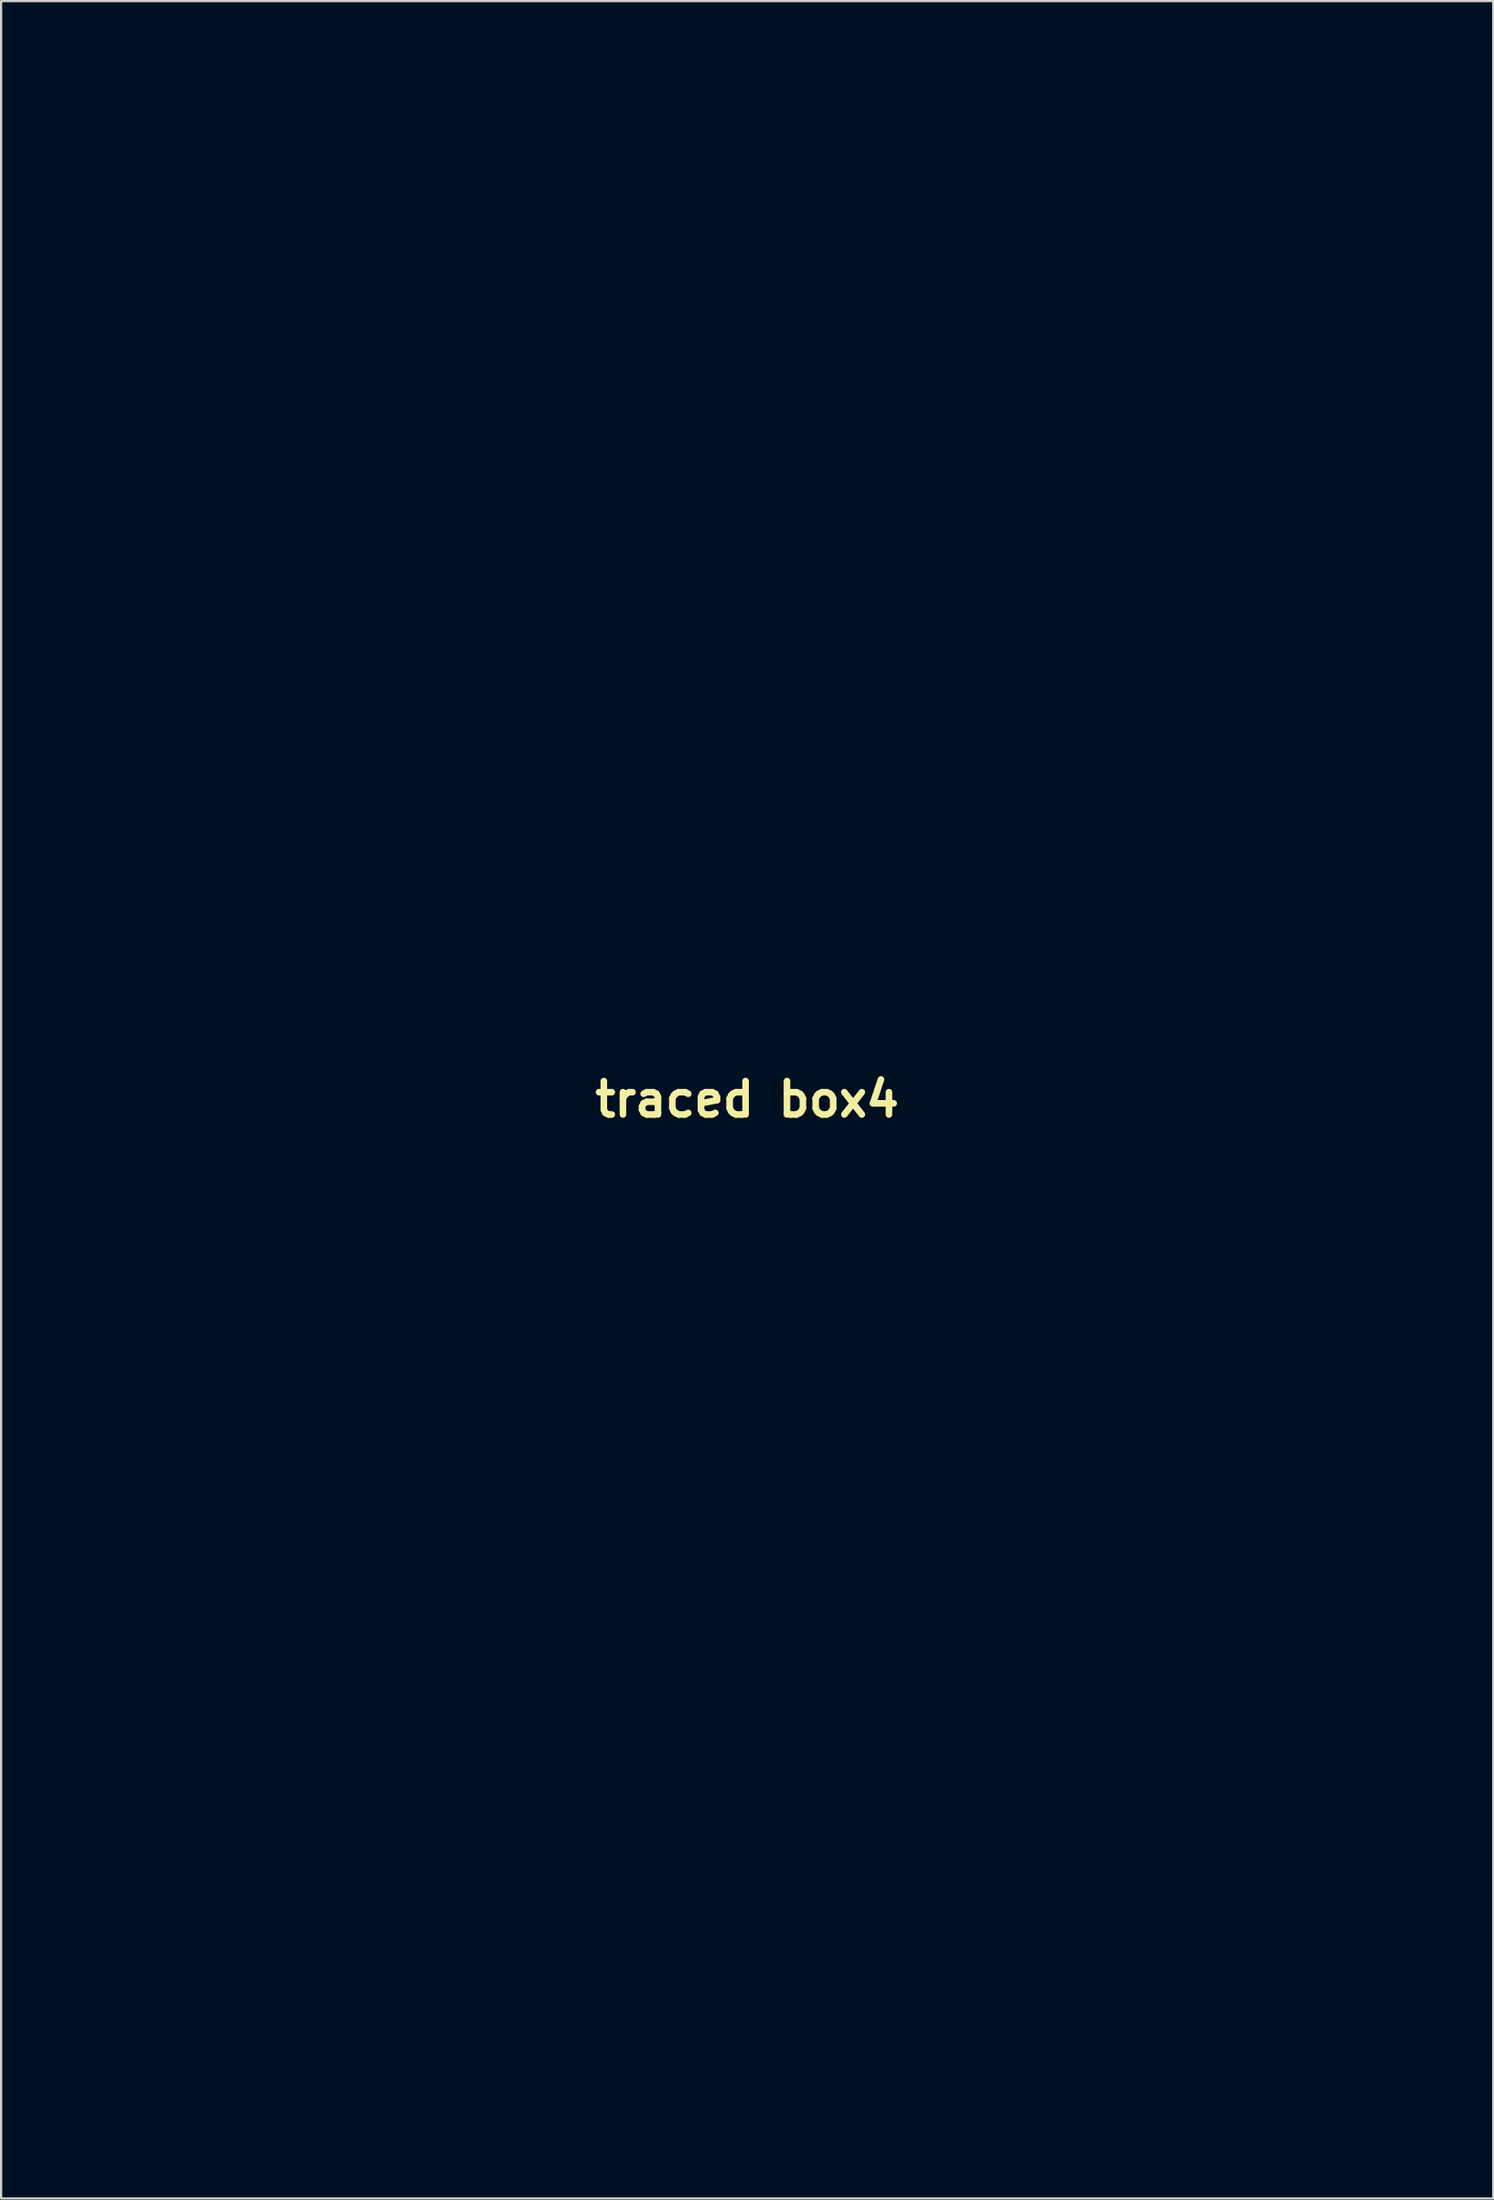
<source format=kicad_pcb>
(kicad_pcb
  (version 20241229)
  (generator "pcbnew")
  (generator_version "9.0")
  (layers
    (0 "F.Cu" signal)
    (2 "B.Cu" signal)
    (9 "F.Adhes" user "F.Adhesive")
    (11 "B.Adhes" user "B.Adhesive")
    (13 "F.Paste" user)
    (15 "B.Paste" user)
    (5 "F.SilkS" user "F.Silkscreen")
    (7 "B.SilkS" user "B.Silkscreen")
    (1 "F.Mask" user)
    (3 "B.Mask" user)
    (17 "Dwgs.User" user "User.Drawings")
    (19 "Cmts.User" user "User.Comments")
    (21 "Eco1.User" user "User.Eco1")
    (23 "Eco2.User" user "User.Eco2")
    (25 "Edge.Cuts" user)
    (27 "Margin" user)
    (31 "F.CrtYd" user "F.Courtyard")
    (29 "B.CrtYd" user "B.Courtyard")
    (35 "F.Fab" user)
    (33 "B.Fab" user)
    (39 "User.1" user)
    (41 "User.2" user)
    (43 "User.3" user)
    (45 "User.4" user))
  (footprint "traced box4"
    (layer "F.Cu")
    (at 30.994 47.037)
    (property "Reference" "traced box4" (at 0 0 0) (layer "F.SilkS") (effects (font (size 1.524 1.524) (thickness 0.3))))
    (attr through_hole)
    (fp_poly (pts (xy -22.13 -23.842) (xy -21.731 -23.606) (xy -21.491 -23.349) (xy -21.347 -23.027) (xy -21.282 -22.619) (xy -21.295 -22.191) (xy -21.388 -21.806) (xy -21.491 -21.609) (xy -21.822 -21.283) (xy -22.238 -21.077) (xy -22.699 -21.001) (xy -23.165 -21.061) (xy -23.509 -21.21) (xy -23.86 -21.51) (xy -24.088 -21.891) (xy -24.194 -22.318) (xy -24.182 -22.641) (xy -23.767 -22.641) (xy -23.765 -22.292) (xy -23.644 -21.978) (xy -23.43 -21.718) (xy -23.148 -21.532) (xy -22.823 -21.439) (xy -22.481 -21.458) (xy -22.147 -21.611) (xy -21.994 -21.74) (xy -21.794 -22.04) (xy -21.696 -22.402) (xy -21.713 -22.761) (xy -21.778 -22.942) (xy -21.972 -23.182) (xy -22.254 -23.387) (xy -22.555 -23.515) (xy -22.707 -23.537) (xy -23.084 -23.459) (xy -23.423 -23.246) (xy -23.625 -23.004) (xy -23.767 -22.641) (xy -24.182 -22.641) (xy -24.177 -22.758) (xy -24.038 -23.176) (xy -23.777 -23.537) (xy -23.501 -23.75) (xy -23.054 -23.922) (xy -22.584 -23.951) (xy -22.13 -23.842)) (stroke (width 0.01) (type solid)) (fill no) (layer "Eco1.User"))
    (fp_poly (pts (xy -19.643 -36.421) (xy -19.254 -36.22) (xy -18.979 -35.898) (xy -18.825 -35.464) (xy -18.796 -35.128) (xy -18.866 -34.638) (xy -19.074 -34.243) (xy -19.42 -33.946) (xy -19.432 -33.939) (xy -19.817 -33.791) (xy -20.248 -33.741) (xy -20.64 -33.8) (xy -20.996 -34.002) (xy -21.281 -34.322) (xy -21.472 -34.716) (xy -21.543 -35.125) (xy -21.112 -35.125) (xy -21.098 -34.9) (xy -20.994 -34.679) (xy -20.796 -34.446) (xy -20.562 -34.259) (xy -20.383 -34.18) (xy -20.224 -34.147) (xy -20.169 -34.132) (xy -20.084 -34.154) (xy -19.904 -34.222) (xy -19.866 -34.237) (xy -19.518 -34.462) (xy -19.296 -34.78) (xy -19.219 -35.157) (xy -19.297 -35.508) (xy -19.505 -35.802) (xy -19.806 -36.001) (xy -20.136 -36.068) (xy -20.501 -35.991) (xy -20.805 -35.784) (xy -21.019 -35.483) (xy -21.112 -35.125) (xy -21.543 -35.125) (xy -21.546 -35.141) (xy -21.508 -35.464) (xy -21.314 -35.919) (xy -21.013 -36.242) (xy -20.606 -36.433) (xy -20.134 -36.491) (xy -19.643 -36.421)) (stroke (width 0.01) (type solid)) (fill no) (layer "Eco1.User"))
    (fp_poly (pts (xy 20.662 33.521) (xy 21.075 33.705) (xy 21.313 33.892) (xy 21.599 34.268) (xy 21.734 34.696) (xy 21.718 35.141) (xy 21.547 35.571) (xy 21.459 35.699) (xy 21.124 36.007) (xy 20.708 36.191) (xy 20.248 36.243) (xy 19.786 36.157) (xy 19.505 36.026) (xy 19.16 35.733) (xy 18.954 35.344) (xy 18.881 34.857) (xy 19.304 34.857) (xy 19.356 35.214) (xy 19.532 35.482) (xy 19.754 35.649) (xy 20.142 35.8) (xy 20.525 35.786) (xy 20.882 35.609) (xy 20.943 35.559) (xy 21.204 35.258) (xy 21.303 34.942) (xy 21.25 34.583) (xy 21.249 34.579) (xy 21.062 34.258) (xy 20.769 34.032) (xy 20.417 33.922) (xy 20.05 33.949) (xy 19.954 33.982) (xy 19.622 34.195) (xy 19.395 34.492) (xy 19.304 34.832) (xy 19.304 34.857) (xy 18.881 34.857) (xy 18.881 34.855) (xy 18.881 34.828) (xy 18.954 34.376) (xy 19.154 34.004) (xy 19.453 33.722) (xy 19.823 33.54) (xy 20.235 33.469) (xy 20.662 33.521)) (stroke (width 0.01) (type solid)) (fill no) (layer "Eco1.User"))
    (fp_poly (pts (xy 23.387 -23.935) (xy 23.813 -23.799) (xy 24.17 -23.534) (xy 24.435 -23.174) (xy 24.588 -22.754) (xy 24.607 -22.306) (xy 24.562 -22.094) (xy 24.376 -21.696) (xy 24.095 -21.355) (xy 23.762 -21.125) (xy 23.735 -21.113) (xy 23.387 -21.026) (xy 22.984 -21.009) (xy 22.615 -21.061) (xy 22.521 -21.092) (xy 22.135 -21.333) (xy 21.849 -21.692) (xy 21.684 -22.14) (xy 21.65 -22.479) (xy 21.653 -22.498) (xy 22.079 -22.498) (xy 22.151 -22.126) (xy 22.385 -21.777) (xy 22.482 -21.683) (xy 22.832 -21.473) (xy 23.204 -21.422) (xy 23.57 -21.532) (xy 23.648 -21.578) (xy 23.966 -21.863) (xy 24.131 -22.203) (xy 24.161 -22.436) (xy 24.1 -22.832) (xy 23.919 -23.152) (xy 23.648 -23.382) (xy 23.32 -23.507) (xy 22.968 -23.511) (xy 22.623 -23.382) (xy 22.423 -23.224) (xy 22.17 -22.871) (xy 22.079 -22.498) (xy 21.653 -22.498) (xy 21.723 -22.984) (xy 21.93 -23.399) (xy 22.253 -23.708) (xy 22.675 -23.898) (xy 23.178 -23.953) (xy 23.387 -23.935)) (stroke (width 0.01) (type solid)) (fill no) (layer "Eco1.User"))
    (fp_poly (pts (xy -22.333 21.08) (xy -21.94 21.301) (xy -21.656 21.597) (xy -21.462 21.99) (xy -21.392 22.444) (xy -21.443 22.903) (xy -21.618 23.311) (xy -21.653 23.361) (xy -21.957 23.648) (xy -22.361 23.845) (xy -22.811 23.939) (xy -23.256 23.917) (xy -23.499 23.842) (xy -23.859 23.599) (xy -24.138 23.242) (xy -24.313 22.815) (xy -24.36 22.37) (xy -23.932 22.37) (xy -23.932 22.549) (xy -23.86 22.765) (xy -23.816 22.867) (xy -23.583 23.222) (xy -23.272 23.444) (xy -22.915 23.525) (xy -22.539 23.453) (xy -22.378 23.372) (xy -22.049 23.094) (xy -21.863 22.757) (xy -21.826 22.534) (xy -21.883 22.134) (xy -22.057 21.819) (xy -22.318 21.594) (xy -22.634 21.465) (xy -22.973 21.438) (xy -23.305 21.518) (xy -23.597 21.713) (xy -23.819 22.028) (xy -23.867 22.146) (xy -23.932 22.37) (xy -24.36 22.37) (xy -24.361 22.366) (xy -24.347 22.237) (xy -24.2 21.784) (xy -23.938 21.425) (xy -23.591 21.168) (xy -23.188 21.02) (xy -22.759 20.988) (xy -22.333 21.08)) (stroke (width 0.01) (type solid)) (fill no) (layer "Eco1.User"))
    (fp_poly (pts (xy -19.653 33.561) (xy -19.258 33.77) (xy -18.948 34.093) (xy -18.869 34.229) (xy -18.725 34.68) (xy -18.742 35.13) (xy -18.91 35.552) (xy -19.223 35.92) (xy -19.388 36.047) (xy -19.742 36.198) (xy -20.163 36.247) (xy -20.583 36.192) (xy -20.919 36.045) (xy -21.28 35.715) (xy -21.505 35.324) (xy -21.582 34.957) (xy -21.157 34.957) (xy -21.06 35.276) (xy -20.851 35.546) (xy -20.548 35.734) (xy -20.167 35.807) (xy -20.151 35.808) (xy -19.886 35.776) (xy -19.661 35.701) (xy -19.659 35.699) (xy -19.427 35.504) (xy -19.239 35.23) (xy -19.141 34.949) (xy -19.136 34.883) (xy -19.209 34.575) (xy -19.401 34.275) (xy -19.671 34.041) (xy -19.789 33.98) (xy -20.171 33.906) (xy -20.545 33.99) (xy -20.879 34.222) (xy -20.949 34.298) (xy -21.126 34.62) (xy -21.157 34.957) (xy -21.582 34.957) (xy -21.593 34.902) (xy -21.545 34.48) (xy -21.36 34.088) (xy -21.036 33.758) (xy -20.971 33.712) (xy -20.547 33.523) (xy -20.095 33.475) (xy -19.653 33.561)) (stroke (width 0.01) (type solid)) (fill no) (layer "Eco1.User"))
    (fp_poly (pts (xy 0.491 38.428) (xy 0.884 38.632) (xy 1.189 38.937) (xy 1.395 39.315) (xy 1.488 39.736) (xy 1.455 40.173) (xy 1.284 40.597) (xy 1.142 40.795) (xy 0.788 41.092) (xy 0.352 41.268) (xy -0.12 41.316) (xy -0.581 41.222) (xy -0.639 41.198) (xy -1.005 40.952) (xy -1.281 40.594) (xy -1.448 40.164) (xy -1.486 39.706) (xy -1.475 39.639) (xy -1.045 39.639) (xy -1.044 39.951) (xy -0.92 40.284) (xy -0.702 40.584) (xy -0.422 40.798) (xy -0.381 40.818) (xy -0.071 40.873) (xy 0.278 40.817) (xy 0.594 40.665) (xy 0.685 40.59) (xy 0.95 40.258) (xy 1.051 39.916) (xy 0.992 39.543) (xy 0.944 39.422) (xy 0.716 39.078) (xy 0.415 38.864) (xy 0.075 38.776) (xy -0.274 38.809) (xy -0.596 38.96) (xy -0.861 39.227) (xy -1.036 39.604) (xy -1.045 39.639) (xy -1.475 39.639) (xy -1.445 39.455) (xy -1.246 38.995) (xy -0.928 38.651) (xy -0.507 38.433) (xy 0.002 38.354) (xy 0.026 38.354) (xy 0.491 38.428)) (stroke (width 0.01) (type solid)) (fill no) (layer "Eco1.User"))
    (fp_poly (pts (xy 20.634 -36.343) (xy 21.038 -36.188) (xy 21.38 -35.913) (xy 21.595 -35.593) (xy 21.726 -35.146) (xy 21.707 -34.699) (xy 21.55 -34.287) (xy 21.266 -33.945) (xy 20.968 -33.752) (xy 20.569 -33.637) (xy 20.126 -33.625) (xy 19.714 -33.716) (xy 19.558 -33.79) (xy 19.223 -34.04) (xy 19.017 -34.342) (xy 18.914 -34.738) (xy 18.906 -34.832) (xy 19.312 -34.832) (xy 19.438 -34.503) (xy 19.443 -34.495) (xy 19.722 -34.217) (xy 20.101 -34.064) (xy 20.342 -34.039) (xy 20.603 -34.074) (xy 20.838 -34.207) (xy 20.959 -34.311) (xy 21.206 -34.635) (xy 21.3 -34.984) (xy 21.246 -35.325) (xy 21.05 -35.626) (xy 20.718 -35.854) (xy 20.682 -35.87) (xy 20.323 -35.944) (xy 19.983 -35.883) (xy 19.688 -35.715) (xy 19.461 -35.465) (xy 19.328 -35.162) (xy 19.312 -34.832) (xy 18.906 -34.832) (xy 18.897 -34.923) (xy 18.891 -35.244) (xy 18.929 -35.47) (xy 19.028 -35.672) (xy 19.064 -35.729) (xy 19.383 -36.071) (xy 19.773 -36.286) (xy 20.201 -36.376) (xy 20.634 -36.343)) (stroke (width 0.01) (type solid)) (fill no) (layer "Eco1.User"))
    (fp_poly (pts (xy 23.362 21.073) (xy 23.782 21.29) (xy 24.102 21.634) (xy 24.303 22.092) (xy 24.305 22.098) (xy 24.353 22.571) (xy 24.258 23.004) (xy 24.043 23.378) (xy 23.735 23.675) (xy 23.357 23.875) (xy 22.933 23.96) (xy 22.488 23.911) (xy 22.143 23.767) (xy 21.756 23.461) (xy 21.5 23.073) (xy 21.379 22.634) (xy 21.383 22.534) (xy 21.797 22.534) (xy 21.841 22.722) (xy 21.984 22.993) (xy 22.208 23.258) (xy 22.454 23.449) (xy 22.521 23.482) (xy 22.785 23.517) (xy 23.103 23.469) (xy 23.395 23.354) (xy 23.514 23.269) (xy 23.776 22.933) (xy 23.898 22.563) (xy 23.881 22.194) (xy 23.729 21.859) (xy 23.445 21.592) (xy 23.36 21.543) (xy 22.962 21.422) (xy 22.577 21.458) (xy 22.237 21.638) (xy 21.973 21.952) (xy 21.916 22.065) (xy 21.816 22.332) (xy 21.797 22.534) (xy 21.383 22.534) (xy 21.4 22.178) (xy 21.568 21.736) (xy 21.729 21.506) (xy 22.063 21.202) (xy 22.449 21.039) (xy 22.86 20.997) (xy 23.362 21.073)) (stroke (width 0.01) (type solid)) (fill no) (layer "Eco1.User"))
    (fp_poly (pts (xy 0.522 -41.634) (xy 0.83 -41.537) (xy 1.218 -41.247) (xy 1.487 -40.867) (xy 1.632 -40.43) (xy 1.643 -39.97) (xy 1.513 -39.523) (xy 1.34 -39.243) (xy 1.066 -39.001) (xy 0.698 -38.81) (xy 0.31 -38.706) (xy 0.169 -38.696) (xy -0.101 -38.733) (xy -0.403 -38.824) (xy -0.472 -38.853) (xy -0.87 -39.115) (xy -1.144 -39.464) (xy -1.292 -39.87) (xy -1.313 -40.303) (xy -1.296 -40.371) (xy -0.876 -40.371) (xy -0.874 -40.059) (xy -0.75 -39.726) (xy -0.533 -39.426) (xy -0.253 -39.212) (xy -0.212 -39.192) (xy 0.078 -39.14) (xy 0.416 -39.183) (xy 0.72 -39.307) (xy 0.824 -39.384) (xy 1.061 -39.679) (xy 1.202 -40.011) (xy 1.224 -40.324) (xy 1.216 -40.366) (xy 1.049 -40.755) (xy 0.791 -41.03) (xy 0.472 -41.189) (xy 0.126 -41.233) (xy -0.216 -41.162) (xy -0.522 -40.975) (xy -0.761 -40.673) (xy -0.876 -40.371) (xy -1.296 -40.371) (xy -1.206 -40.732) (xy -0.968 -41.129) (xy -0.599 -41.463) (xy -0.278 -41.599) (xy 0.12 -41.657) (xy 0.522 -41.634)) (stroke (width 0.01) (type solid)) (fill no) (layer "Eco1.User"))
    (fp_poly (pts (xy 20.597 -37.722) (xy 21.107 -37.646) (xy 21.436 -37.536) (xy 22 -37.189) (xy 22.452 -36.735) (xy 22.784 -36.2) (xy 22.991 -35.608) (xy 23.065 -34.985) (xy 22.999 -34.356) (xy 22.786 -33.747) (xy 22.579 -33.392) (xy 22.147 -32.909) (xy 21.612 -32.544) (xy 21.005 -32.309) (xy 20.356 -32.217) (xy 19.806 -32.257) (xy 19.191 -32.447) (xy 18.629 -32.779) (xy 18.151 -33.231) (xy 17.788 -33.777) (xy 17.75 -33.856) (xy 17.617 -34.289) (xy 17.559 -34.811) (xy 17.562 -34.916) (xy 17.975 -34.916) (xy 18.059 -34.382) (xy 18.262 -33.89) (xy 18.568 -33.456) (xy 18.96 -33.099) (xy 19.422 -32.837) (xy 19.937 -32.685) (xy 20.488 -32.664) (xy 21.06 -32.789) (xy 21.209 -32.848) (xy 21.735 -33.157) (xy 22.144 -33.567) (xy 22.431 -34.053) (xy 22.592 -34.587) (xy 22.621 -35.144) (xy 22.513 -35.698) (xy 22.262 -36.223) (xy 21.944 -36.618) (xy 21.544 -36.964) (xy 21.143 -37.175) (xy 20.684 -37.276) (xy 20.32 -37.294) (xy 19.678 -37.225) (xy 19.129 -37.014) (xy 18.669 -36.66) (xy 18.299 -36.163) (xy 18.23 -36.035) (xy 18.027 -35.473) (xy 17.975 -34.916) (xy 17.562 -34.916) (xy 17.573 -35.357) (xy 17.66 -35.863) (xy 17.78 -36.195) (xy 18.126 -36.726) (xy 18.59 -37.185) (xy 19.092 -37.508) (xy 19.526 -37.652) (xy 20.048 -37.724) (xy 20.597 -37.722)) (stroke (width 0.01) (type solid)) (fill no) (layer "Eco1.User"))
    (fp_poly (pts (xy -19.543 -37.838) (xy -18.972 -37.64) (xy -18.464 -37.325) (xy -18.036 -36.91) (xy -17.704 -36.411) (xy -17.484 -35.847) (xy -17.392 -35.234) (xy -17.444 -34.59) (xy -17.515 -34.308) (xy -17.787 -33.683) (xy -18.184 -33.164) (xy -18.689 -32.765) (xy -19.286 -32.498) (xy -19.956 -32.375) (xy -20.009 -32.372) (xy -20.418 -32.374) (xy -20.783 -32.414) (xy -20.955 -32.456) (xy -21.413 -32.637) (xy -21.775 -32.858) (xy -22.113 -33.167) (xy -22.173 -33.231) (xy -22.525 -33.668) (xy -22.749 -34.096) (xy -22.867 -34.571) (xy -22.894 -35.057) (xy -22.512 -35.057) (xy -22.455 -34.705) (xy -22.397 -34.495) (xy -22.148 -33.928) (xy -21.781 -33.463) (xy -21.322 -33.112) (xy -20.795 -32.887) (xy -20.223 -32.798) (xy -19.632 -32.857) (xy -19.197 -33.002) (xy -18.686 -33.313) (xy -18.29 -33.725) (xy -18.015 -34.211) (xy -17.864 -34.746) (xy -17.842 -35.303) (xy -17.953 -35.855) (xy -18.202 -36.377) (xy -18.556 -36.804) (xy -19.026 -37.148) (xy -19.567 -37.366) (xy -20.139 -37.451) (xy -20.704 -37.396) (xy -21.104 -37.257) (xy -21.519 -36.99) (xy -21.903 -36.618) (xy -22.212 -36.193) (xy -22.393 -35.79) (xy -22.491 -35.391) (xy -22.512 -35.057) (xy -22.894 -35.057) (xy -22.898 -35.137) (xy -22.859 -35.725) (xy -22.734 -36.208) (xy -22.506 -36.638) (xy -22.262 -36.95) (xy -21.799 -37.373) (xy -21.252 -37.672) (xy -20.813 -37.814) (xy -20.163 -37.902) (xy -19.543 -37.838)) (stroke (width 0.01) (type solid)) (fill no) (layer "Eco1.User"))
    (fp_poly (pts (xy 20.729 32.137) (xy 21.238 32.239) (xy 21.431 32.313) (xy 21.993 32.659) (xy 22.447 33.117) (xy 22.783 33.659) (xy 22.992 34.261) (xy 23.066 34.895) (xy 22.996 35.537) (xy 22.772 36.159) (xy 22.764 36.175) (xy 22.412 36.686) (xy 21.943 37.102) (xy 21.389 37.408) (xy 20.78 37.591) (xy 20.148 37.637) (xy 19.565 37.547) (xy 19.04 37.355) (xy 18.611 37.085) (xy 18.244 36.733) (xy 17.924 36.325) (xy 17.718 35.916) (xy 17.605 35.452) (xy 17.57 34.884) (xy 17.57 34.883) (xy 17.994 34.883) (xy 18.041 35.436) (xy 18.192 35.893) (xy 18.468 36.304) (xy 18.674 36.522) (xy 19.183 36.912) (xy 19.735 37.14) (xy 20.317 37.202) (xy 20.921 37.099) (xy 21.309 36.947) (xy 21.822 36.619) (xy 22.211 36.196) (xy 22.473 35.704) (xy 22.605 35.167) (xy 22.602 34.611) (xy 22.462 34.06) (xy 22.182 33.54) (xy 21.844 33.155) (xy 21.349 32.797) (xy 20.811 32.59) (xy 20.253 32.529) (xy 19.701 32.61) (xy 19.179 32.83) (xy 18.71 33.182) (xy 18.32 33.664) (xy 18.242 33.796) (xy 18.105 34.068) (xy 18.03 34.31) (xy 17.998 34.595) (xy 17.994 34.883) (xy 17.57 34.883) (xy 17.57 34.84) (xy 17.576 34.448) (xy 17.604 34.167) (xy 17.663 33.94) (xy 17.765 33.709) (xy 17.802 33.637) (xy 18.197 33.053) (xy 18.701 32.598) (xy 19.127 32.353) (xy 19.611 32.195) (xy 20.165 32.123) (xy 20.729 32.137)) (stroke (width 0.01) (type solid)) (fill no) (layer "Eco1.User"))
    (fp_poly (pts (xy -19.719 32.142) (xy -19.427 32.183) (xy -19.161 32.27) (xy -18.953 32.366) (xy -18.451 32.691) (xy -18.001 33.128) (xy -17.656 33.626) (xy -17.586 33.767) (xy -17.441 34.253) (xy -17.393 34.814) (xy -17.442 35.385) (xy -17.585 35.903) (xy -17.622 35.987) (xy -17.942 36.544) (xy -18.336 36.969) (xy -18.835 37.295) (xy -18.909 37.332) (xy -19.52 37.551) (xy -20.148 37.638) (xy -20.714 37.592) (xy -21.333 37.382) (xy -21.89 37.032) (xy -22.354 36.57) (xy -22.663 36.082) (xy -22.785 35.8) (xy -22.856 35.54) (xy -22.889 35.234) (xy -22.897 34.883) (xy -22.881 34.637) (xy -22.488 34.637) (xy -22.481 35.179) (xy -22.328 35.702) (xy -22.052 36.182) (xy -21.676 36.596) (xy -21.224 36.921) (xy -20.717 37.134) (xy -20.181 37.211) (xy -19.939 37.196) (xy -19.644 37.132) (xy -19.317 37.026) (xy -19.219 36.987) (xy -18.7 36.678) (xy -18.298 36.268) (xy -18.017 35.783) (xy -17.861 35.249) (xy -17.836 34.694) (xy -17.947 34.141) (xy -18.197 33.619) (xy -18.54 33.201) (xy -19.027 32.833) (xy -19.554 32.614) (xy -20.099 32.535) (xy -20.64 32.588) (xy -21.153 32.765) (xy -21.616 33.058) (xy -22.005 33.458) (xy -22.299 33.956) (xy -22.474 34.546) (xy -22.488 34.637) (xy -22.881 34.637) (xy -22.856 34.266) (xy -22.716 33.753) (xy -22.458 33.302) (xy -22.068 32.87) (xy -21.615 32.508) (xy -21.141 32.276) (xy -20.6 32.157) (xy -20.108 32.131) (xy -19.719 32.142)) (stroke (width 0.01) (type solid)) (fill no) (layer "Eco1.User"))
    (fp_poly (pts (xy 0.424 36.623) (xy 0.73 36.644) (xy 0.969 36.688) (xy 1.192 36.765) (xy 1.369 36.844) (xy 1.988 37.217) (xy 2.484 37.686) (xy 2.858 38.23) (xy 3.109 38.828) (xy 3.239 39.458) (xy 3.246 40.1) (xy 3.131 40.732) (xy 2.893 41.334) (xy 2.533 41.884) (xy 2.051 42.361) (xy 1.446 42.745) (xy 1.376 42.779) (xy 0.737 42.995) (xy 0.053 43.083) (xy -0.624 43.038) (xy -1.024 42.94) (xy -1.702 42.632) (xy -2.273 42.196) (xy -2.727 41.647) (xy -3.053 40.996) (xy -3.216 40.395) (xy -3.269 39.722) (xy -2.83 39.722) (xy -2.79 40.33) (xy -2.604 40.913) (xy -2.24 41.526) (xy -1.776 42.015) (xy -1.231 42.371) (xy -0.623 42.585) (xy 0.03 42.649) (xy 0.709 42.552) (xy 0.765 42.537) (xy 1.319 42.303) (xy 1.83 41.94) (xy 2.265 41.482) (xy 2.587 40.964) (xy 2.721 40.611) (xy 2.821 39.959) (xy 2.769 39.323) (xy 2.58 38.724) (xy 2.269 38.182) (xy 1.852 37.719) (xy 1.344 37.354) (xy 0.762 37.108) (xy 0.12 37.002) (xy 0 36.999) (xy -0.64 37.076) (xy -1.224 37.292) (xy -1.74 37.626) (xy -2.172 38.057) (xy -2.507 38.564) (xy -2.731 39.126) (xy -2.83 39.722) (xy -3.269 39.722) (xy -3.271 39.697) (xy -3.171 39.028) (xy -2.91 38.356) (xy -2.909 38.353) (xy -2.504 37.726) (xy -1.981 37.216) (xy -1.369 36.844) (xy -1.127 36.739) (xy -0.904 36.672) (xy -0.651 36.636) (xy -0.317 36.621) (xy 0 36.618) (xy 0.424 36.623)) (stroke (width 0.01) (type solid)) (fill no) (layer "Eco1.User"))
    (fp_poly (pts (xy -22.436 19.267) (xy -22.13 19.287) (xy -21.893 19.331) (xy -21.674 19.407) (xy -21.505 19.483) (xy -20.887 19.862) (xy -20.386 20.345) (xy -20.005 20.908) (xy -19.75 21.529) (xy -19.624 22.186) (xy -19.631 22.856) (xy -19.776 23.517) (xy -20.062 24.146) (xy -20.494 24.721) (xy -20.539 24.768) (xy -21.058 25.187) (xy -21.673 25.492) (xy -22.344 25.676) (xy -23.033 25.727) (xy -23.701 25.637) (xy -23.884 25.584) (xy -24.559 25.283) (xy -25.117 24.862) (xy -25.569 24.313) (xy -25.834 23.834) (xy -26.066 23.147) (xy -26.141 22.451) (xy -26.131 22.359) (xy -25.701 22.359) (xy -25.696 22.776) (xy -25.574 23.258) (xy -25.356 23.76) (xy -25.074 24.212) (xy -24.839 24.483) (xy -24.274 24.912) (xy -23.663 25.182) (xy -23.02 25.291) (xy -22.361 25.236) (xy -21.701 25.016) (xy -21.632 24.983) (xy -21.055 24.611) (xy -20.598 24.132) (xy -20.272 23.565) (xy -20.092 22.931) (xy -20.058 22.483) (xy -20.131 21.801) (xy -20.349 21.198) (xy -20.72 20.658) (xy -21.047 20.331) (xy -21.594 19.954) (xy -22.189 19.726) (xy -22.809 19.645) (xy -23.43 19.707) (xy -24.029 19.908) (xy -24.584 20.244) (xy -25.07 20.712) (xy -25.282 20.997) (xy -25.477 21.39) (xy -25.623 21.869) (xy -25.701 22.359) (xy -26.131 22.359) (xy -26.066 21.766) (xy -25.849 21.115) (xy -25.499 20.521) (xy -25.024 20.005) (xy -24.431 19.59) (xy -24.229 19.487) (xy -23.987 19.382) (xy -23.764 19.316) (xy -23.511 19.279) (xy -23.177 19.264) (xy -22.86 19.262) (xy -22.436 19.267)) (stroke (width 0.01) (type solid)) (fill no) (layer "Eco1.User"))
    (fp_poly (pts (xy 0.593 -43.387) (xy 0.899 -43.366) (xy 1.138 -43.322) (xy 1.361 -43.245) (xy 1.539 -43.166) (xy 2.155 -42.794) (xy 2.649 -42.326) (xy 3.023 -41.783) (xy 3.275 -41.186) (xy 3.405 -40.557) (xy 3.415 -39.915) (xy 3.303 -39.284) (xy 3.069 -38.683) (xy 2.713 -38.134) (xy 2.236 -37.657) (xy 1.637 -37.275) (xy 1.562 -37.239) (xy 1.055 -37.062) (xy 0.479 -36.958) (xy -0.096 -36.935) (xy -0.603 -36.998) (xy -0.614 -37.001) (xy -1.288 -37.253) (xy -1.877 -37.636) (xy -2.365 -38.127) (xy -2.74 -38.706) (xy -2.987 -39.351) (xy -3.079 -39.951) (xy -2.652 -39.951) (xy -2.535 -39.358) (xy -2.287 -38.801) (xy -1.914 -38.299) (xy -1.42 -37.873) (xy -0.811 -37.545) (xy -0.568 -37.456) (xy -0.04 -37.363) (xy 0.543 -37.398) (xy 1.131 -37.555) (xy 1.392 -37.668) (xy 1.972 -38.039) (xy 2.426 -38.503) (xy 2.75 -39.039) (xy 2.942 -39.624) (xy 2.997 -40.234) (xy 2.912 -40.848) (xy 2.684 -41.443) (xy 2.309 -41.996) (xy 2.083 -42.233) (xy 1.54 -42.639) (xy 0.942 -42.896) (xy 0.314 -43.006) (xy -0.319 -42.967) (xy -0.932 -42.78) (xy -1.5 -42.444) (xy -1.719 -42.259) (xy -2.172 -41.732) (xy -2.476 -41.158) (xy -2.634 -40.558) (xy -2.652 -39.951) (xy -3.079 -39.951) (xy -3.093 -40.04) (xy -3.048 -40.715) (xy -2.842 -41.433) (xy -2.495 -42.074) (xy -2.02 -42.618) (xy -1.433 -43.046) (xy -1.2 -43.166) (xy -0.957 -43.271) (xy -0.735 -43.338) (xy -0.482 -43.374) (xy -0.148 -43.389) (xy 0.169 -43.392) (xy 0.593 -43.387)) (stroke (width 0.01) (type solid)) (fill no) (layer "Eco1.User"))
    (fp_poly (pts (xy 23.274 19.265) (xy 23.568 19.283) (xy 23.799 19.324) (xy 24.016 19.4) (xy 24.274 19.519) (xy 24.317 19.539) (xy 24.924 19.923) (xy 25.409 20.401) (xy 25.77 20.952) (xy 26.008 21.554) (xy 26.123 22.187) (xy 26.114 22.829) (xy 25.982 23.458) (xy 25.727 24.054) (xy 25.348 24.594) (xy 24.846 25.058) (xy 24.335 25.369) (xy 23.967 25.539) (xy 23.665 25.638) (xy 23.351 25.689) (xy 23.048 25.707) (xy 22.682 25.708) (xy 22.337 25.689) (xy 22.086 25.654) (xy 22.076 25.652) (xy 21.458 25.421) (xy 20.884 25.064) (xy 20.391 24.61) (xy 20.016 24.09) (xy 19.928 23.919) (xy 19.689 23.211) (xy 19.624 22.649) (xy 20.042 22.649) (xy 20.147 23.241) (xy 20.379 23.801) (xy 20.734 24.306) (xy 21.206 24.736) (xy 21.791 25.069) (xy 22.122 25.193) (xy 22.717 25.301) (xy 23.331 25.253) (xy 23.62 25.181) (xy 24.27 24.907) (xy 24.811 24.503) (xy 25.24 23.973) (xy 25.447 23.584) (xy 25.655 22.942) (xy 25.697 22.311) (xy 25.616 21.823) (xy 25.369 21.183) (xy 25.007 20.646) (xy 24.552 20.217) (xy 24.026 19.903) (xy 23.45 19.711) (xy 22.846 19.649) (xy 22.236 19.722) (xy 21.642 19.937) (xy 21.085 20.303) (xy 20.997 20.379) (xy 20.542 20.889) (xy 20.235 21.451) (xy 20.07 22.045) (xy 20.042 22.649) (xy 19.624 22.649) (xy 19.606 22.498) (xy 19.671 21.801) (xy 19.878 21.142) (xy 20.217 20.541) (xy 20.683 20.021) (xy 21.266 19.602) (xy 21.491 19.487) (xy 21.733 19.382) (xy 21.955 19.316) (xy 22.207 19.279) (xy 22.541 19.264) (xy 22.862 19.262) (xy 23.274 19.265)) (stroke (width 0.01) (type solid)) (fill no) (layer "Eco1.User"))
    (fp_poly (pts (xy 23.38 -25.716) (xy 24.118 -25.59) (xy 24.767 -25.32) (xy 25.326 -24.907) (xy 25.792 -24.352) (xy 26.052 -23.9) (xy 26.205 -23.578) (xy 26.299 -23.327) (xy 26.349 -23.084) (xy 26.367 -22.783) (xy 26.37 -22.479) (xy 26.365 -22.093) (xy 26.34 -21.813) (xy 26.281 -21.573) (xy 26.174 -21.311) (xy 26.052 -21.058) (xy 25.658 -20.421) (xy 25.165 -19.917) (xy 24.558 -19.53) (xy 24.469 -19.487) (xy 23.961 -19.322) (xy 23.37 -19.24) (xy 22.76 -19.246) (xy 22.198 -19.342) (xy 22.09 -19.375) (xy 21.413 -19.682) (xy 20.846 -20.111) (xy 20.399 -20.647) (xy 20.084 -21.277) (xy 19.909 -21.986) (xy 19.888 -22.307) (xy 20.31 -22.307) (xy 20.411 -21.706) (xy 20.638 -21.139) (xy 20.985 -20.628) (xy 21.447 -20.195) (xy 22.021 -19.864) (xy 22.295 -19.759) (xy 22.707 -19.681) (xy 23.201 -19.672) (xy 23.704 -19.727) (xy 24.145 -19.841) (xy 24.233 -19.877) (xy 24.516 -20.035) (xy 24.833 -20.261) (xy 25.048 -20.442) (xy 25.486 -20.96) (xy 25.779 -21.539) (xy 25.926 -22.155) (xy 25.928 -22.785) (xy 25.785 -23.402) (xy 25.496 -23.983) (xy 25.062 -24.502) (xy 25.048 -24.516) (xy 24.607 -24.878) (xy 24.177 -25.11) (xy 23.702 -25.234) (xy 23.128 -25.271) (xy 23.114 -25.271) (xy 22.532 -25.235) (xy 22.054 -25.112) (xy 21.625 -24.884) (xy 21.257 -24.591) (xy 20.808 -24.083) (xy 20.504 -23.517) (xy 20.34 -22.918) (xy 20.31 -22.307) (xy 19.888 -22.307) (xy 19.877 -22.479) (xy 19.954 -23.226) (xy 20.175 -23.901) (xy 20.526 -24.491) (xy 20.992 -24.981) (xy 21.558 -25.358) (xy 22.21 -25.609) (xy 22.934 -25.72) (xy 23.38 -25.716)) (stroke (width 0.01) (type solid)) (fill no) (layer "Eco1.User"))
    (fp_poly (pts (xy -22.326 -25.692) (xy -22.032 -25.67) (xy -21.796 -25.622) (xy -21.561 -25.536) (xy -21.336 -25.433) (xy -20.689 -25.037) (xy -20.172 -24.537) (xy -19.793 -23.943) (xy -19.558 -23.265) (xy -19.473 -22.514) (xy -19.473 -22.479) (xy -19.551 -21.726) (xy -19.779 -21.045) (xy -20.15 -20.448) (xy -20.658 -19.945) (xy -21.295 -19.548) (xy -21.335 -19.529) (xy -21.666 -19.388) (xy -21.966 -19.304) (xy -22.311 -19.26) (xy -22.605 -19.245) (xy -23.094 -19.249) (xy -23.499 -19.293) (xy -23.682 -19.337) (xy -24.347 -19.641) (xy -24.937 -20.082) (xy -25.424 -20.637) (xy -25.725 -21.152) (xy -25.832 -21.403) (xy -25.899 -21.634) (xy -25.935 -21.9) (xy -25.948 -22.253) (xy -25.95 -22.462) (xy -25.555 -22.462) (xy -25.476 -21.825) (xy -25.453 -21.742) (xy -25.192 -21.117) (xy -24.812 -20.59) (xy -24.338 -20.171) (xy -23.79 -19.87) (xy -23.193 -19.697) (xy -22.567 -19.661) (xy -21.937 -19.773) (xy -21.431 -19.983) (xy -20.852 -20.377) (xy -20.396 -20.884) (xy -20.136 -21.324) (xy -20 -21.737) (xy -19.934 -22.242) (xy -19.938 -22.774) (xy -20.011 -23.271) (xy -20.136 -23.634) (xy -20.514 -24.231) (xy -21.007 -24.707) (xy -21.435 -24.983) (xy -21.72 -25.128) (xy -21.951 -25.215) (xy -22.194 -25.258) (xy -22.513 -25.272) (xy -22.691 -25.273) (xy -23.093 -25.263) (xy -23.393 -25.226) (xy -23.658 -25.148) (xy -23.889 -25.049) (xy -24.457 -24.697) (xy -24.92 -24.237) (xy -25.265 -23.693) (xy -25.481 -23.093) (xy -25.555 -22.462) (xy -25.95 -22.462) (xy -25.95 -22.481) (xy -25.946 -22.885) (xy -25.926 -23.175) (xy -25.879 -23.406) (xy -25.795 -23.633) (xy -25.676 -23.887) (xy -25.29 -24.49) (xy -24.779 -25.01) (xy -24.181 -25.411) (xy -24.064 -25.469) (xy -23.811 -25.578) (xy -23.581 -25.645) (xy -23.317 -25.681) (xy -22.967 -25.695) (xy -22.733 -25.696) (xy -22.326 -25.692)) (stroke (width 0.01) (type solid)) (fill no) (layer "Eco1.User"))
    (fp_poly (pts (xy 20.281 -46.807) (xy 20.585 -46.611) (xy 20.902 -46.353) (xy 21.072 -46.187) (xy 21.353 -45.848) (xy 21.556 -45.506) (xy 21.697 -45.121) (xy 21.79 -44.652) (xy 21.85 -44.057) (xy 21.852 -44.031) (xy 21.996 -42.886) (xy 22.26 -41.853) (xy 22.65 -40.919) (xy 23.171 -40.071) (xy 23.83 -39.296) (xy 24.041 -39.09) (xy 24.778 -38.483) (xy 25.56 -38.02) (xy 26.412 -37.69) (xy 27.358 -37.483) (xy 27.933 -37.417) (xy 28.448 -37.365) (xy 28.841 -37.298) (xy 29.16 -37.208) (xy 29.372 -37.121) (xy 29.863 -36.82) (xy 30.306 -36.406) (xy 30.655 -35.926) (xy 30.815 -35.594) (xy 30.988 -35.13) (xy 30.988 0) (xy 30.988 2.903) (xy 30.988 5.642) (xy 30.988 8.221) (xy 30.988 10.646) (xy 30.988 12.92) (xy 30.987 15.05) (xy 30.987 17.039) (xy 30.986 18.894) (xy 30.985 20.617) (xy 30.984 22.215) (xy 30.983 23.693) (xy 30.981 25.054) (xy 30.979 26.305) (xy 30.977 27.449) (xy 30.975 28.493) (xy 30.972 29.439) (xy 30.969 30.295) (xy 30.965 31.063) (xy 30.961 31.75) (xy 30.957 32.36) (xy 30.952 32.898) (xy 30.946 33.368) (xy 30.94 33.776) (xy 30.934 34.127) (xy 30.927 34.425) (xy 30.919 34.675) (xy 30.911 34.883) (xy 30.902 35.052) (xy 30.892 35.188) (xy 30.882 35.296) (xy 30.871 35.38) (xy 30.859 35.446) (xy 30.847 35.498) (xy 30.834 35.541) (xy 30.82 35.58) (xy 30.816 35.59) (xy 30.514 36.161) (xy 30.077 36.652) (xy 29.529 37.035) (xy 29.435 37.084) (xy 29.151 37.211) (xy 28.876 37.299) (xy 28.556 37.36) (xy 28.137 37.406) (xy 27.979 37.42) (xy 26.899 37.584) (xy 25.909 37.891) (xy 25.011 38.341) (xy 24.207 38.931) (xy 23.499 39.66) (xy 22.889 40.527) (xy 22.6 41.056) (xy 22.279 41.805) (xy 22.05 42.603) (xy 21.902 43.492) (xy 21.851 44.047) (xy 21.784 44.685) (xy 21.672 45.194) (xy 21.501 45.615) (xy 21.252 45.986) (xy 20.911 46.345) (xy 20.87 46.383) (xy 20.794 46.458) (xy 20.731 46.528) (xy 20.677 46.592) (xy 20.623 46.651) (xy 20.563 46.705) (xy 20.492 46.754) (xy 20.402 46.798) (xy 20.287 46.839) (xy 20.141 46.875) (xy 19.957 46.908) (xy 19.729 46.936) (xy 19.45 46.962) (xy 19.113 46.984) (xy 18.713 47.003) (xy 18.242 47.019) (xy 17.695 47.033) (xy 17.064 47.044) (xy 16.344 47.053) (xy 15.527 47.06) (xy 14.608 47.065) (xy 13.58 47.069) (xy 12.437 47.071) (xy 11.171 47.073) (xy 9.777 47.073) (xy 8.248 47.073) (xy 6.577 47.072) (xy 4.758 47.071) (xy 2.785 47.07) (xy 0.652 47.069) (xy -0.036 47.069) (xy -2.227 47.068) (xy -4.255 47.067) (xy -6.126 47.066) (xy -7.846 47.064) (xy -9.421 47.062) (xy -10.857 47.06) (xy -12.161 47.057) (xy -13.339 47.054) (xy -14.397 47.051) (xy -15.34 47.047) (xy -16.176 47.042) (xy -16.91 47.037) (xy -17.549 47.031) (xy -18.098 47.025) (xy -18.564 47.017) (xy -18.953 47.009) (xy -19.27 47) (xy -19.523 46.991) (xy -19.718 46.98) (xy -19.86 46.969) (xy -19.955 46.957) (xy -20.01 46.944) (xy -20.454 46.72) (xy -20.892 46.395) (xy -21.198 46.087) (xy -21.446 45.739) (xy -21.626 45.347) (xy -21.751 44.875) (xy -21.832 44.286) (xy -21.853 44.046) (xy -21.93 43.277) (xy -22.047 42.621) (xy -22.215 42.022) (xy -22.448 41.424) (xy -22.529 41.246) (xy -23.059 40.279) (xy -23.687 39.45) (xy -24.412 38.76) (xy -25.233 38.208) (xy -26.148 37.798) (xy -27.156 37.529) (xy -27.962 37.421) (xy -28.737 37.311) (xy -29.382 37.111) (xy -29.914 36.81) (xy -30.352 36.397) (xy -30.716 35.862) (xy -30.749 35.801) (xy -30.946 35.433) (xy -30.967 0.152) (xy -30.967 0) (xy -30.561 0) (xy -30.561 35.094) (xy -30.389 35.475) (xy -30.086 35.964) (xy -29.661 36.397) (xy -29.182 36.715) (xy -28.935 36.822) (xy -28.65 36.899) (xy -28.281 36.957) (xy -27.822 37.002) (xy -27.361 37.052) (xy -26.891 37.124) (xy -26.479 37.207) (xy -26.284 37.258) (xy -25.356 37.627) (xy -24.489 38.145) (xy -23.701 38.797) (xy -23.008 39.568) (xy -22.426 40.444) (xy -22.213 40.852) (xy -21.888 41.62) (xy -21.655 42.402) (xy -21.501 43.253) (xy -21.43 43.949) (xy -21.391 44.405) (xy -21.347 44.738) (xy -21.287 44.991) (xy -21.203 45.211) (xy -21.113 45.387) (xy -20.959 45.617) (xy -20.741 45.875) (xy -20.495 46.125) (xy -20.259 46.333) (xy -20.069 46.461) (xy -19.995 46.486) (xy -19.888 46.509) (xy -19.674 46.564) (xy -19.516 46.607) (xy -19.381 46.621) (xy -19.087 46.634) (xy -18.643 46.647) (xy -18.059 46.658) (xy -17.342 46.668) (xy -16.503 46.678) (xy -15.551 46.686) (xy -14.496 46.694) (xy -13.345 46.7) (xy -12.109 46.706) (xy -10.798 46.711) (xy -9.419 46.716) (xy -7.982 46.719) (xy -6.497 46.722) (xy -4.973 46.723) (xy -3.42 46.724) (xy -1.845 46.724) (xy -0.259 46.724) (xy 1.329 46.722) (xy 2.91 46.72) (xy 4.475 46.717) (xy 6.014 46.713) (xy 7.518 46.708) (xy 8.978 46.703) (xy 10.385 46.697) (xy 11.729 46.69) (xy 13.002 46.682) (xy 14.193 46.674) (xy 15.294 46.665) (xy 16.296 46.655) (xy 17.188 46.645) (xy 17.963 46.634) (xy 18.61 46.622) (xy 19.121 46.61) (xy 19.486 46.597) (xy 19.696 46.583) (xy 19.742 46.575) (xy 20.248 46.308) (xy 20.702 45.925) (xy 21.051 45.474) (xy 21.111 45.367) (xy 21.222 45.128) (xy 21.3 44.891) (xy 21.356 44.61) (xy 21.399 44.24) (xy 21.429 43.876) (xy 21.59 42.708) (xy 21.89 41.618) (xy 22.323 40.616) (xy 22.884 39.711) (xy 23.568 38.911) (xy 24.368 38.226) (xy 25.146 37.735) (xy 25.911 37.389) (xy 26.737 37.153) (xy 27.663 37.016) (xy 27.775 37.006) (xy 28.529 36.9) (xy 29.148 36.709) (xy 29.651 36.423) (xy 30.056 36.032) (xy 30.339 35.602) (xy 30.522 35.264) (xy 30.544 0.171) (xy 30.546 -2.749) (xy 30.547 -5.505) (xy 30.549 -8.101) (xy 30.55 -10.542) (xy 30.551 -12.833) (xy 30.551 -14.978) (xy 30.552 -16.983) (xy 30.552 -18.851) (xy 30.551 -20.589) (xy 30.551 -22.2) (xy 30.55 -23.69) (xy 30.549 -25.062) (xy 30.547 -26.323) (xy 30.545 -27.477) (xy 30.543 -28.527) (xy 30.54 -29.481) (xy 30.537 -30.341) (xy 30.533 -31.113) (xy 30.529 -31.801) (xy 30.525 -32.411) (xy 30.52 -32.947) (xy 30.514 -33.414) (xy 30.508 -33.817) (xy 30.502 -34.16) (xy 30.495 -34.448) (xy 30.487 -34.686) (xy 30.479 -34.879) (xy 30.47 -35.031) (xy 30.461 -35.148) (xy 30.451 -35.234) (xy 30.44 -35.294) (xy 30.432 -35.323) (xy 30.217 -35.757) (xy 29.885 -36.176) (xy 29.484 -36.529) (xy 29.122 -36.739) (xy 28.739 -36.861) (xy 28.222 -36.952) (xy 27.744 -37.002) (xy 27.277 -37.053) (xy 26.812 -37.127) (xy 26.414 -37.211) (xy 26.247 -37.259) (xy 25.264 -37.665) (xy 24.376 -38.206) (xy 23.591 -38.873) (xy 22.914 -39.656) (xy 22.354 -40.545) (xy 21.917 -41.532) (xy 21.609 -42.607) (xy 21.439 -43.76) (xy 21.431 -43.852) (xy 21.369 -44.463) (xy 21.276 -44.941) (xy 21.139 -45.323) (xy 20.947 -45.644) (xy 20.699 -45.928) (xy 20.424 -46.158) (xy 20.093 -46.373) (xy 19.948 -46.449) (xy 19.516 -46.65) (xy -19.531 -46.651) (xy -20.049 -46.392) (xy -20.581 -46.037) (xy -20.992 -45.571) (xy -21.272 -45.013) (xy -21.409 -44.382) (xy -21.421 -44.122) (xy -21.449 -43.632) (xy -21.525 -43.055) (xy -21.636 -42.462) (xy -21.771 -41.925) (xy -21.834 -41.726) (xy -22.259 -40.726) (xy -22.808 -39.816) (xy -23.47 -39.009) (xy -24.229 -38.322) (xy -25.073 -37.771) (xy -25.272 -37.668) (xy -25.803 -37.425) (xy -26.295 -37.25) (xy -26.805 -37.127) (xy -27.391 -37.041) (xy -27.786 -37.002) (xy -28.429 -36.923) (xy -28.926 -36.81) (xy -29.117 -36.741) (xy -29.538 -36.489) (xy -29.938 -36.122) (xy -30.267 -35.694) (xy -30.4 -35.449) (xy -30.413 -35.417) (xy -30.426 -35.378) (xy -30.438 -35.327) (xy -30.449 -35.259) (xy -30.459 -35.169) (xy -30.469 -35.053) (xy -30.478 -34.906) (xy -30.487 -34.722) (xy -30.494 -34.498) (xy -30.502 -34.228) (xy -30.509 -33.906) (xy -30.515 -33.53) (xy -30.52 -33.093) (xy -30.526 -32.59) (xy -30.53 -32.018) (xy -30.535 -31.371) (xy -30.539 -30.643) (xy -30.542 -29.832) (xy -30.545 -28.93) (xy -30.548 -27.934) (xy -30.55 -26.84) (xy -30.552 -25.641) (xy -30.554 -24.333) (xy -30.556 -22.911) (xy -30.557 -21.371) (xy -30.558 -19.707) (xy -30.559 -17.916) (xy -30.56 -15.99) (xy -30.56 -13.927) (xy -30.56 -11.722) (xy -30.561 -9.368) (xy -30.561 -6.862) (xy -30.561 -4.199) (xy -30.561 -1.373) (xy -30.561 0) (xy -30.967 0) (xy -30.989 -35.128) (xy -30.816 -35.589) (xy -30.515 -36.161) (xy -30.078 -36.651) (xy -29.532 -37.033) (xy -29.438 -37.081) (xy -29.165 -37.203) (xy -28.899 -37.289) (xy -28.588 -37.35) (xy -28.184 -37.397) (xy -27.94 -37.419) (xy -27.221 -37.499) (xy -26.621 -37.615) (xy -26.093 -37.78) (xy -25.612 -37.994) (xy -24.704 -38.543) (xy -23.91 -39.216) (xy -23.228 -40.016) (xy -22.657 -40.943) (xy -22.6 -41.056) (xy -22.287 -41.786) (xy -22.061 -42.564) (xy -21.912 -43.434) (xy -21.854 -44.027) (xy -21.793 -44.628) (xy -21.701 -45.101) (xy -21.564 -45.488) (xy -21.366 -45.828) (xy -21.094 -46.163) (xy -21.072 -46.187) (xy -20.792 -46.448) (xy -20.469 -46.693) (xy -20.281 -46.807) (xy -19.854 -47.032) (xy 19.854 -47.032) (xy 20.281 -46.807)) (stroke (width 0.01) (type solid)) (fill no) (layer "Eco1.User")))
  (gr_rect
    (start -3 -3)
    (end 64.987 97.115)
    (stroke (width 0.1) (type default))
    (fill no)
    (layer "Edge.Cuts")))
</source>
